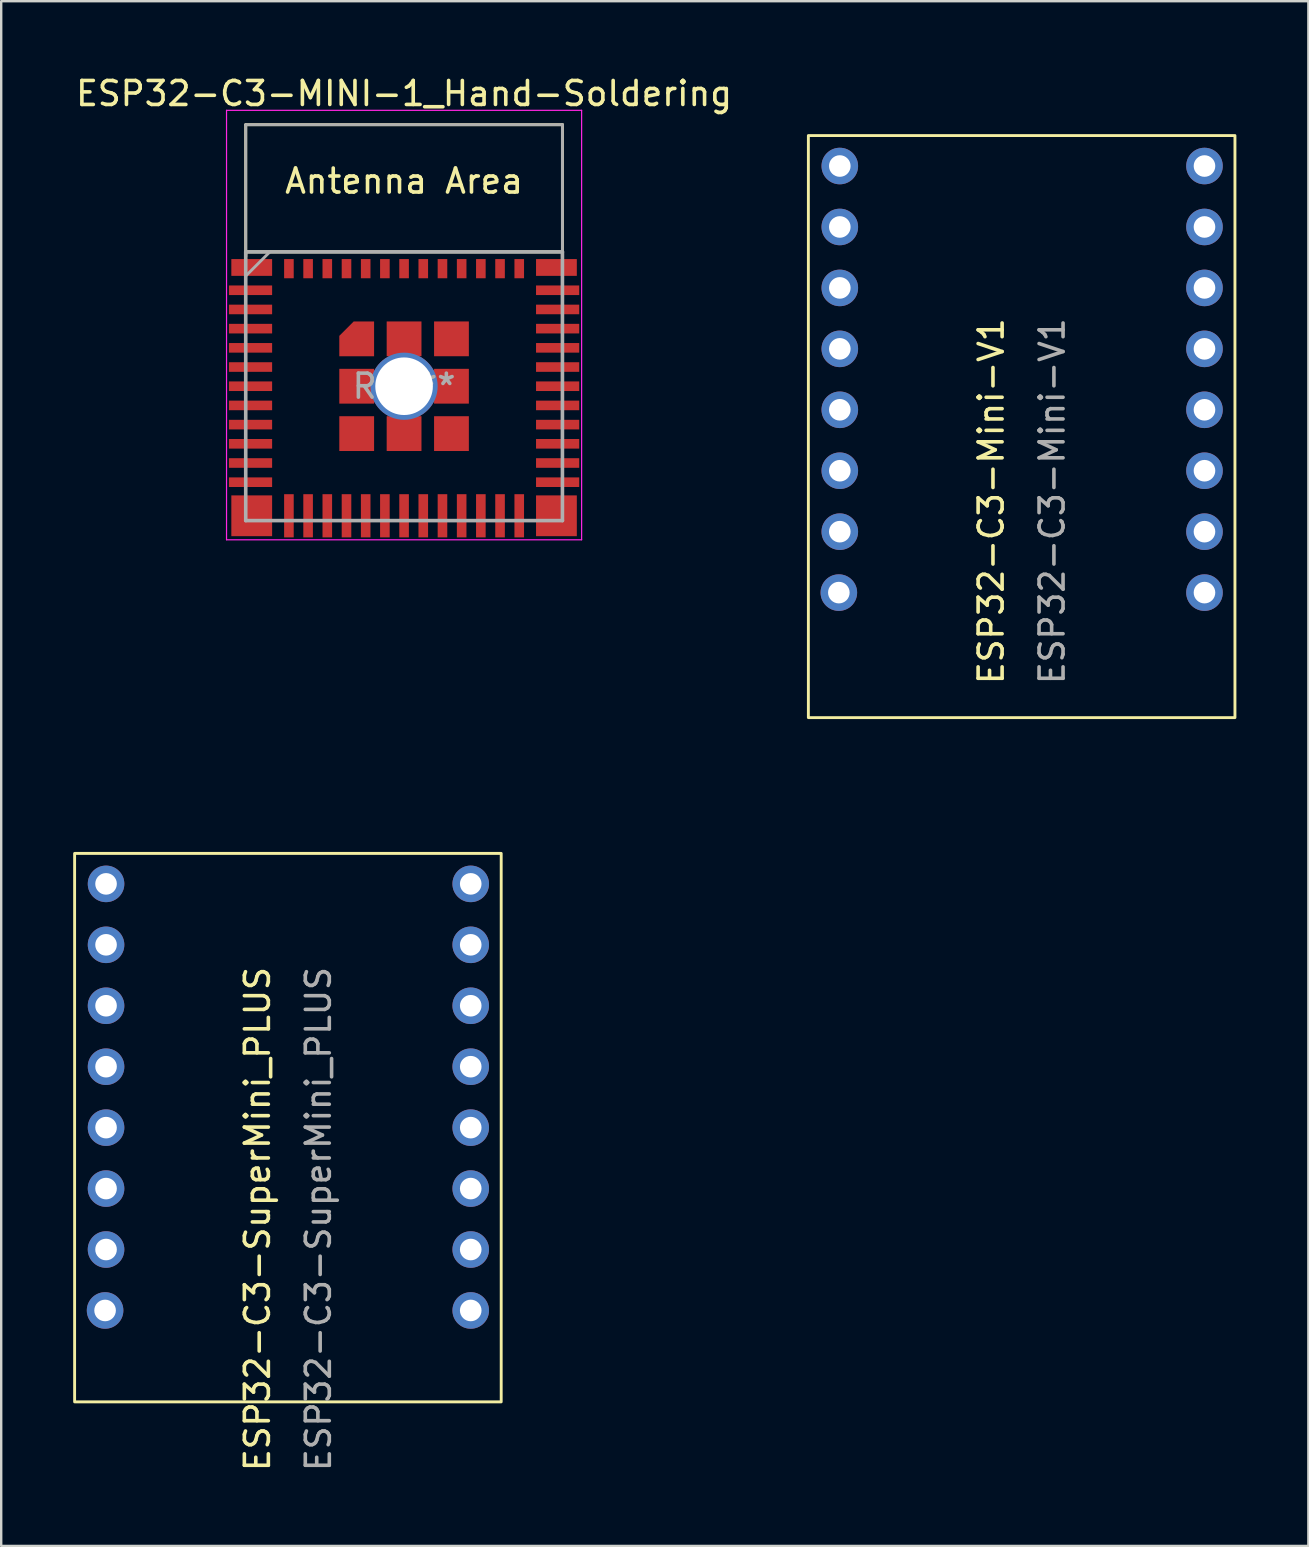
<source format=kicad_pcb>
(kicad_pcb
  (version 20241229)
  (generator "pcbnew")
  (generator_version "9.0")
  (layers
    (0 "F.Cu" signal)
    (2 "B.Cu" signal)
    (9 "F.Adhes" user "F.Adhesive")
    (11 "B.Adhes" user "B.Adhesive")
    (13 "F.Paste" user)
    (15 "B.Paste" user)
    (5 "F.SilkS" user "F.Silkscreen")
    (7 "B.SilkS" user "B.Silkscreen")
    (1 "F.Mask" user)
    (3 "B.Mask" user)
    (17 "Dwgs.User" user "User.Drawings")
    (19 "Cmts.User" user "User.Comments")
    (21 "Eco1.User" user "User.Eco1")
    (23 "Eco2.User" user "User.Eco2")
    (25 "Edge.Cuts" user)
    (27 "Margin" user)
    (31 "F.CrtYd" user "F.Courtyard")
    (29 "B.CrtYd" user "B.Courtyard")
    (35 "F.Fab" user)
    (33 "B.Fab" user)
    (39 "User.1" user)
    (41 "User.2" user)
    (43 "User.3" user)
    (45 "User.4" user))
  (footprint "ESP32-C3-MINI-1_Hand-Soldering"
    (layer "F.Cu")
    (at 13.792 13.048)
    (property "Reference" "ESP32-C3-MINI-1_Hand-Soldering" (at 0 -12.2 0) (layer "F.SilkS") (effects (font (size 1 1) (thickness 0.15))))
    (attr smd)
    (fp_line (start -6.6 -10.9) (end -6.6 -5.4) (stroke (width 0.12) (type solid)) (layer "F.SilkS"))
    (fp_line (start -6.6 -10.9) (end 6.6 -10.9) (stroke (width 0.12) (type solid)) (layer "F.SilkS"))
    (fp_line (start -6.6 -5.6) (end 6.6 -5.6) (stroke (width 0.12) (type solid)) (layer "F.SilkS"))
    (fp_line (start 6.6 -10.9) (end 6.6 -5.4) (stroke (width 0.12) (type solid)) (layer "F.SilkS"))
    (fp_line (start -7.4 -11.5) (end 7.4 -11.5) (stroke (width 0.05) (type solid)) (layer "F.CrtYd"))
    (fp_line (start -7.4 6.4) (end -7.4 -11.5) (stroke (width 0.05) (type solid)) (layer "F.CrtYd"))
    (fp_line (start 7.4 -11.5) (end 7.4 6.4) (stroke (width 0.05) (type solid)) (layer "F.CrtYd"))
    (fp_line (start 7.4 6.4) (end -7.4 6.4) (stroke (width 0.05) (type solid)) (layer "F.CrtYd"))
    (fp_line (start -6.6 -5.595) (end -6.6 5.6) (stroke (width 0.15) (type solid)) (layer "F.Fab"))
    (fp_line (start -6.6 -5.5) (end -6.6 -10.9) (stroke (width 0.12) (type solid)) (layer "F.Fab"))
    (fp_line (start -6.6 5.6) (end 6.6 5.6) (stroke (width 0.15) (type solid)) (layer "F.Fab"))
    (fp_line (start -5.6 -5.595) (end -6.6 -4.595) (stroke (width 0.12) (type solid)) (layer "F.Fab"))
    (fp_line (start 6.6 -10.9) (end -6.6 -10.9) (stroke (width 0.12) (type solid)) (layer "F.Fab"))
    (fp_line (start 6.6 -5.6) (end -6.6 -5.6) (stroke (width 0.15) (type solid)) (layer "F.Fab"))
    (fp_line (start 6.6 -5.5) (end 6.6 -10.9) (stroke (width 0.12) (type solid)) (layer "F.Fab"))
    (fp_line (start 6.6 5.6) (end 6.6 -5.595) (stroke (width 0.15) (type solid)) (layer "F.Fab"))
    (fp_text user "Antenna Area" (at 0 -8.55 0) (layer "F.SilkS") (effects (font (size 1 1) (thickness 0.15))))
    (fp_text user "REF**" (at 0 0 0) (layer "F.Fab") (effects (font (size 1 1) (thickness 0.15))))
    (pad "1" smd rect (at -6.4 -4 90) (size 0.4 1.8) (layers "F.Cu" "F.Mask" "F.Paste"))
    (pad "2" smd rect (at -6.4 -3.2 90) (size 0.4 1.8) (layers "F.Cu" "F.Mask" "F.Paste"))
    (pad "3" smd rect (at -6.4 -2.4 90) (size 0.4 1.8) (layers "F.Cu" "F.Mask" "F.Paste"))
    (pad "4" smd rect (at -6.4 -1.6 90) (size 0.4 1.8) (layers "F.Cu" "F.Mask" "F.Paste"))
    (pad "5" smd rect (at -6.4 -0.8 90) (size 0.4 1.8) (layers "F.Cu" "F.Mask" "F.Paste"))
    (pad "6" smd rect (at -6.4 0 90) (size 0.4 1.8) (layers "F.Cu" "F.Mask" "F.Paste"))
    (pad "7" smd rect (at -6.4 0.8 90) (size 0.4 1.8) (layers "F.Cu" "F.Mask" "F.Paste"))
    (pad "8" smd rect (at -6.4 1.6 90) (size 0.4 1.8) (layers "F.Cu" "F.Mask" "F.Paste"))
    (pad "9" smd rect (at -6.4 2.4 90) (size 0.4 1.8) (layers "F.Cu" "F.Mask" "F.Paste"))
    (pad "10" smd rect (at -6.4 3.2 90) (size 0.4 1.8) (layers "F.Cu" "F.Mask" "F.Paste"))
    (pad "11" smd rect (at -6.4 4 90) (size 0.4 1.8) (layers "F.Cu" "F.Mask" "F.Paste"))
    (pad "12" smd rect (at -4.8 5.4) (size 0.4 1.8) (layers "F.Cu" "F.Mask" "F.Paste"))
    (pad "13" smd rect (at -4 5.4) (size 0.4 1.8) (layers "F.Cu" "F.Mask" "F.Paste"))
    (pad "14" smd rect (at -3.2 5.4) (size 0.4 1.8) (layers "F.Cu" "F.Mask" "F.Paste"))
    (pad "15" smd rect (at -2.4 5.4) (size 0.4 1.8) (layers "F.Cu" "F.Mask" "F.Paste"))
    (pad "16" smd rect (at -1.6 5.4) (size 0.4 1.8) (layers "F.Cu" "F.Mask" "F.Paste"))
    (pad "17" smd rect (at -0.8 5.4) (size 0.4 1.8) (layers "F.Cu" "F.Mask" "F.Paste"))
    (pad "18" smd rect (at 0 5.4) (size 0.4 1.8) (layers "F.Cu" "F.Mask" "F.Paste"))
    (pad "19" smd rect (at 0.8 5.4) (size 0.4 1.8) (layers "F.Cu" "F.Mask" "F.Paste"))
    (pad "20" smd rect (at 1.6 5.4) (size 0.4 1.8) (layers "F.Cu" "F.Mask" "F.Paste"))
    (pad "21" smd rect (at 2.4 5.4) (size 0.4 1.8) (layers "F.Cu" "F.Mask" "F.Paste"))
    (pad "22" smd rect (at 3.2 5.4) (size 0.4 1.8) (layers "F.Cu" "F.Mask" "F.Paste"))
    (pad "23" smd rect (at 4 5.4) (size 0.4 1.8) (layers "F.Cu" "F.Mask" "F.Paste"))
    (pad "24" smd rect (at 4.8 5.4) (size 0.4 1.8) (layers "F.Cu" "F.Mask" "F.Paste"))
    (pad "25" smd rect (at 6.4 4 90) (size 0.4 1.8) (layers "F.Cu" "F.Mask" "F.Paste"))
    (pad "26" smd rect (at 6.4 3.2 90) (size 0.4 1.8) (layers "F.Cu" "F.Mask" "F.Paste"))
    (pad "27" smd rect (at 6.4 2.4 90) (size 0.4 1.8) (layers "F.Cu" "F.Mask" "F.Paste"))
    (pad "28" smd rect (at 6.4 1.6 90) (size 0.4 1.8) (layers "F.Cu" "F.Mask" "F.Paste"))
    (pad "29" smd rect (at 6.4 0.8 90) (size 0.4 1.8) (layers "F.Cu" "F.Mask" "F.Paste"))
    (pad "30" smd rect (at 6.4 0 90) (size 0.4 1.8) (layers "F.Cu" "F.Mask" "F.Paste"))
    (pad "31" smd rect (at 6.4 -0.8 90) (size 0.4 1.8) (layers "F.Cu" "F.Mask" "F.Paste"))
    (pad "32" smd rect (at 6.4 -1.6 90) (size 0.4 1.8) (layers "F.Cu" "F.Mask" "F.Paste"))
    (pad "33" smd rect (at 6.4 -2.4 90) (size 0.4 1.8) (layers "F.Cu" "F.Mask" "F.Paste"))
    (pad "34" smd rect (at 6.4 -3.2 90) (size 0.4 1.8) (layers "F.Cu" "F.Mask" "F.Paste"))
    (pad "35" smd rect (at 6.4 -4 90) (size 0.4 1.8) (layers "F.Cu" "F.Mask" "F.Paste"))
    (pad "36" smd rect (at -6.35 -4.95 90) (size 0.7 1.7) (layers "F.Cu" "F.Mask" "F.Paste"))
    (pad "36" smd rect (at -6.35 5.4 90) (size 1.7 1.7) (layers "F.Cu" "F.Mask" "F.Paste"))
    (pad "36" smd rect (at -4.8 -4.9) (size 0.4 0.8) (layers "F.Cu" "F.Mask" "F.Paste"))
    (pad "36" smd rect (at -4 -4.9) (size 0.4 0.8) (layers "F.Cu" "F.Mask" "F.Paste"))
    (pad "36" smd rect (at -3.2 -4.9) (size 0.4 0.8) (layers "F.Cu" "F.Mask" "F.Paste"))
    (pad "36" smd rect (at -2.4 -4.9) (size 0.4 0.8) (layers "F.Cu" "F.Mask" "F.Paste"))
    (pad "36" smd custom (at -1.975 -1.975) (size 0.8 0.8) (layers "F.Cu" "F.Mask" "F.Paste") (options (anchor rect)) (primitives (gr_poly (pts (xy 0.725 0.725) (xy -0.725 0.725) (xy -0.725 -0.125) (xy -0.125 -0.725) (xy 0.725 -0.725)) (width 0) (fill yes))))
    (pad "36" smd rect (at -1.975 0 90) (size 1.45 1.45) (layers "F.Cu" "F.Mask" "F.Paste"))
    (pad "36" smd rect (at -1.975 1.975 90) (size 1.45 1.45) (layers "F.Cu" "F.Mask" "F.Paste"))
    (pad "36" smd rect (at -1.6 -4.9) (size 0.4 0.8) (layers "F.Cu" "F.Mask" "F.Paste"))
    (pad "36" smd rect (at -0.8 -4.9) (size 0.4 0.8) (layers "F.Cu" "F.Mask" "F.Paste"))
    (pad "36" smd rect (at 0 -4.9) (size 0.4 0.8) (layers "F.Cu" "F.Mask" "F.Paste"))
    (pad "36" smd rect (at 0 -1.975 90) (size 1.45 1.45) (layers "F.Cu" "F.Mask" "F.Paste"))
    (pad "36" thru_hole circle (at 0 0 90) (size 2.8 2.8) (drill 2.4) (layers "*.Cu" "*.Mask"))
    (pad "36" smd rect (at 0 1.975 90) (size 1.45 1.45) (layers "F.Cu" "F.Mask" "F.Paste"))
    (pad "36" smd rect (at 0.8 -4.9) (size 0.4 0.8) (layers "F.Cu" "F.Mask" "F.Paste"))
    (pad "36" smd rect (at 1.6 -4.9) (size 0.4 0.8) (layers "F.Cu" "F.Mask" "F.Paste"))
    (pad "36" smd rect (at 1.975 -1.975 90) (size 1.45 1.45) (layers "F.Cu" "F.Mask" "F.Paste"))
    (pad "36" smd rect (at 1.975 0 90) (size 1.45 1.45) (layers "F.Cu" "F.Mask" "F.Paste"))
    (pad "36" smd rect (at 1.975 1.975 90) (size 1.45 1.45) (layers "F.Cu" "F.Mask" "F.Paste"))
    (pad "36" smd rect (at 2.4 -4.9) (size 0.4 0.8) (layers "F.Cu" "F.Mask" "F.Paste"))
    (pad "36" smd rect (at 3.2 -4.9) (size 0.4 0.8) (layers "F.Cu" "F.Mask" "F.Paste"))
    (pad "36" smd rect (at 4 -4.9) (size 0.4 0.8) (layers "F.Cu" "F.Mask" "F.Paste"))
    (pad "36" smd rect (at 4.8 -4.9) (size 0.4 0.8) (layers "F.Cu" "F.Mask" "F.Paste"))
    (pad "36" smd rect (at 6.35 -4.95 90) (size 0.7 1.7) (layers "F.Cu" "F.Mask" "F.Paste"))
    (pad "36" smd rect (at 6.35 5.4 90) (size 1.7 1.7) (layers "F.Cu" "F.Mask" "F.Paste")))
  (footprint "ESP32-C3-Mini-V1"
    (layer "F.Cu")
    (at 39.533 14.03)
    (property "Reference" "ESP32-C3-Mini-V1" (at -1.27 3.81 90) (unlocked yes) (layer "F.SilkS") (effects (font (size 1 1) (thickness 0.15))))
    (attr through_hole)
    (fp_rect (start -8.89 -11.43) (end 8.89 12.83) (stroke (width 0.12) (type default)) (fill no) (layer "F.SilkS"))
    (fp_rect (start -8.1 10) (end 2.04 12.04) (stroke (width 0.12) (type default)) (fill no) (layer "User.1"))
    (fp_rect (start -3.81 -13.97) (end 3.81 -6.35) (stroke (width 0.12) (type default)) (fill no) (layer "User.1"))
    (fp_rect (start -3.81 -5.08) (end -1.27 -3.81) (stroke (width 0.12) (type default)) (fill no) (layer "User.1"))
    (fp_rect (start 1.27 -5.08) (end 3.81 -3.81) (stroke (width 0.12) (type default)) (fill no) (layer "User.1"))
    (fp_rect (start 4 9.46) (end 6.54 12) (stroke (width 0.12) (type default)) (fill no) (layer "User.1"))
    (fp_circle (center 5.27 10.73) (end 5.27 9.46) (stroke (width 0.12) (type default)) (fill no) (layer "User.1"))
    (fp_text user "${REFERENCE}" (at 1.27 3.81 90) (unlocked yes) (layer "F.Fab") (effects (font (size 1 1) (thickness 0.15))))
    (pad "1" thru_hole circle (at -7.58 -10.16) (size 1.524 1.524) (drill 0.9) (layers "*.Cu" "*.Mask"))
    (pad "2" thru_hole circle (at -7.58 -7.62) (size 1.524 1.524) (drill 0.9) (layers "*.Cu" "*.Mask"))
    (pad "3" thru_hole circle (at -7.58 -5.08) (size 1.524 1.524) (drill 0.9) (layers "*.Cu" "*.Mask"))
    (pad "4" thru_hole circle (at -7.58 -2.54) (size 1.524 1.524) (drill 0.9) (layers "*.Cu" "*.Mask"))
    (pad "5" thru_hole circle (at -7.58 0) (size 1.524 1.524) (drill 0.9) (layers "*.Cu" "*.Mask"))
    (pad "6" thru_hole circle (at -7.58 2.54) (size 1.524 1.524) (drill 0.9) (layers "*.Cu" "*.Mask"))
    (pad "7" thru_hole circle (at -7.58 5.08) (size 1.524 1.524) (drill 0.9) (layers "*.Cu" "*.Mask"))
    (pad "8" thru_hole circle (at -7.62 7.62) (size 1.524 1.524) (drill 0.9) (layers "*.Cu" "*.Mask"))
    (pad "9" thru_hole circle (at 7.62 7.62) (size 1.524 1.524) (drill 0.9) (layers "*.Cu" "*.Mask"))
    (pad "10" thru_hole circle (at 7.62 5.08) (size 1.524 1.524) (drill 0.9) (layers "*.Cu" "*.Mask"))
    (pad "11" thru_hole circle (at 7.62 2.54) (size 1.524 1.524) (drill 0.9) (layers "*.Cu" "*.Mask"))
    (pad "12" thru_hole circle (at 7.62 0) (size 1.524 1.524) (drill 0.9) (layers "*.Cu" "*.Mask"))
    (pad "13" thru_hole circle (at 7.62 -2.54) (size 1.524 1.524) (drill 0.9) (layers "*.Cu" "*.Mask"))
    (pad "14" thru_hole circle (at 7.62 -5.08) (size 1.524 1.524) (drill 0.9) (layers "*.Cu" "*.Mask"))
    (pad "15" thru_hole circle (at 7.62 -7.62) (size 1.524 1.524) (drill 0.9) (layers "*.Cu" "*.Mask"))
    (pad "16" thru_hole circle (at 7.62 -10.16) (size 1.524 1.524) (drill 0.9) (layers "*.Cu" "*.Mask")))
  (footprint "ESP32-C3-SuperMini_PLUS"
    (layer "F.Cu")
    (at 8.95 43.95)
    (property "Reference" "ESP32-C3-SuperMini_PLUS" (at -1.27 3.81 90) (unlocked yes) (layer "F.SilkS") (effects (font (size 1 1) (thickness 0.15))))
    (attr through_hole)
    (fp_rect (start -8.89 -11.43) (end 8.89 11.43) (stroke (width 0.12) (type default)) (fill no) (layer "F.SilkS"))
    (fp_rect (start -3.81 -13.97) (end 3.81 -6.35) (stroke (width 0.12) (type default)) (fill no) (layer "User.1"))
    (fp_rect (start -3.81 -5.08) (end -1.27 -3.81) (stroke (width 0.12) (type default)) (fill no) (layer "User.1"))
    (fp_rect (start 1.27 -5.08) (end 3.81 -3.81) (stroke (width 0.12) (type default)) (fill no) (layer "User.1"))
    (fp_rect (start 3.81 7.62) (end 6.35 10.16) (stroke (width 0.12) (type default)) (fill no) (layer "User.1"))
    (fp_circle (center 5.08 8.89) (end 5.08 7.62) (stroke (width 0.12) (type default)) (fill no) (layer "User.1"))
    (fp_text user "${REFERENCE}" (at 1.27 3.81 90) (unlocked yes) (layer "F.Fab") (effects (font (size 1 1) (thickness 0.15))))
    (pad "1" thru_hole circle (at -7.58 -10.16) (size 1.524 1.524) (drill 0.9) (layers "*.Cu" "*.Mask"))
    (pad "2" thru_hole circle (at -7.58 -7.62) (size 1.524 1.524) (drill 0.9) (layers "*.Cu" "*.Mask"))
    (pad "3" thru_hole circle (at -7.58 -5.08) (size 1.524 1.524) (drill 0.9) (layers "*.Cu" "*.Mask"))
    (pad "4" thru_hole circle (at -7.58 -2.54) (size 1.524 1.524) (drill 0.9) (layers "*.Cu" "*.Mask"))
    (pad "5" thru_hole circle (at -7.58 0) (size 1.524 1.524) (drill 0.9) (layers "*.Cu" "*.Mask"))
    (pad "6" thru_hole circle (at -7.58 2.54) (size 1.524 1.524) (drill 0.9) (layers "*.Cu" "*.Mask"))
    (pad "7" thru_hole circle (at -7.58 5.08) (size 1.524 1.524) (drill 0.9) (layers "*.Cu" "*.Mask"))
    (pad "8" thru_hole circle (at -7.62 7.62) (size 1.524 1.524) (drill 0.9) (layers "*.Cu" "*.Mask"))
    (pad "9" thru_hole circle (at 7.62 7.62) (size 1.524 1.524) (drill 0.9) (layers "*.Cu" "*.Mask"))
    (pad "10" thru_hole circle (at 7.62 5.08) (size 1.524 1.524) (drill 0.9) (layers "*.Cu" "*.Mask"))
    (pad "11" thru_hole circle (at 7.62 2.54) (size 1.524 1.524) (drill 0.9) (layers "*.Cu" "*.Mask"))
    (pad "12" thru_hole circle (at 7.62 0) (size 1.524 1.524) (drill 0.9) (layers "*.Cu" "*.Mask"))
    (pad "13" thru_hole circle (at 7.62 -2.54) (size 1.524 1.524) (drill 0.9) (layers "*.Cu" "*.Mask"))
    (pad "14" thru_hole circle (at 7.62 -5.08) (size 1.524 1.524) (drill 0.9) (layers "*.Cu" "*.Mask"))
    (pad "15" thru_hole circle (at 7.62 -7.62) (size 1.524 1.524) (drill 0.9) (layers "*.Cu" "*.Mask"))
    (pad "16" thru_hole circle (at 7.62 -10.16) (size 1.524 1.524) (drill 0.9) (layers "*.Cu" "*.Mask")))
  (gr_rect
    (start -3 -3)
    (end 51.483 61.385)
    (stroke (width 0.1) (type default))
    (fill no)
    (layer "Edge.Cuts")))
</source>
